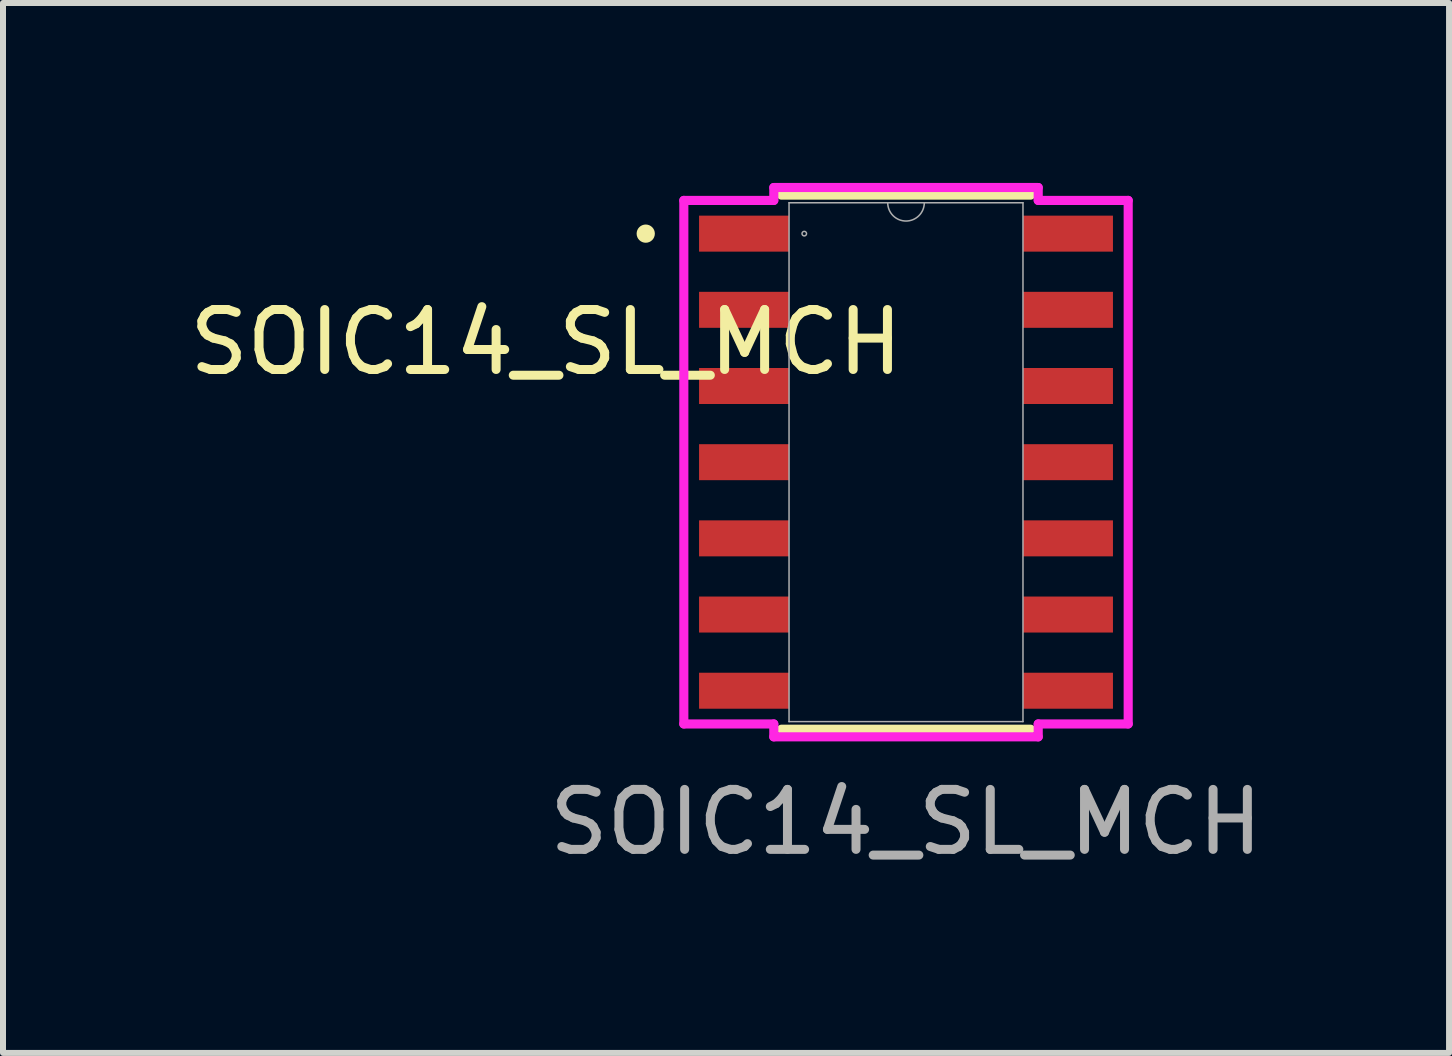
<source format=kicad_pcb>
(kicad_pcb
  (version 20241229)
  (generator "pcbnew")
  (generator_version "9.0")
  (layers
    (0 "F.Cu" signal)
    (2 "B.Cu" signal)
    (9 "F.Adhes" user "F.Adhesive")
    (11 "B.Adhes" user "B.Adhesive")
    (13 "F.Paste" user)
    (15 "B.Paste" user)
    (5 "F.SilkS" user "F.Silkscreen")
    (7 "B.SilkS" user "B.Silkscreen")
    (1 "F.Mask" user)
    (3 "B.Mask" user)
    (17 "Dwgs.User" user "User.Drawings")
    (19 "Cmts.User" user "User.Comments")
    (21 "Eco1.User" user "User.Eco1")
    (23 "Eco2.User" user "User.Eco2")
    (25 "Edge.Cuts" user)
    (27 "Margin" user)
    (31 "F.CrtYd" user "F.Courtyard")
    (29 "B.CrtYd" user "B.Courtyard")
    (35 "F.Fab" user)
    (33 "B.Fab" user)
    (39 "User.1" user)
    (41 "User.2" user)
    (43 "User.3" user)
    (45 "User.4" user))
  (footprint "SOIC14_SL_MCH"
    (layer "F.Cu")
    (at 12.054 4.655)
    (property "Reference" "SOIC14_SL_MCH" (at -6 -2 0) (unlocked yes) (layer "F.SilkS") (effects (font (size 1 1) (thickness 0.15))))
    (attr smd)
    (fp_line (start -2.077 4.452) (end 2.077 4.452) (stroke (width 0.152) (type solid)) (layer "F.SilkS"))
    (fp_line (start 2.077 -4.452) (end -2.077 -4.452) (stroke (width 0.152) (type solid)) (layer "F.SilkS"))
    (fp_circle (center -4.339 -3.81) (end -4.263 -3.81) (stroke (width 0.152) (type solid)) (fill no) (layer "F.SilkS"))
    (fp_line (start -3.704 -4.364) (end -2.204 -4.364) (stroke (width 0.152) (type solid)) (layer "F.CrtYd"))
    (fp_line (start -3.704 4.364) (end -3.704 -4.364) (stroke (width 0.152) (type solid)) (layer "F.CrtYd"))
    (fp_line (start -3.704 4.364) (end -2.204 4.364) (stroke (width 0.152) (type solid)) (layer "F.CrtYd"))
    (fp_line (start -2.204 -4.579) (end 2.204 -4.579) (stroke (width 0.152) (type solid)) (layer "F.CrtYd"))
    (fp_line (start -2.204 -4.364) (end -2.204 -4.579) (stroke (width 0.152) (type solid)) (layer "F.CrtYd"))
    (fp_line (start -2.204 4.579) (end -2.204 4.364) (stroke (width 0.152) (type solid)) (layer "F.CrtYd"))
    (fp_line (start 2.204 -4.579) (end 2.204 -4.364) (stroke (width 0.152) (type solid)) (layer "F.CrtYd"))
    (fp_line (start 2.204 4.364) (end 2.204 4.579) (stroke (width 0.152) (type solid)) (layer "F.CrtYd"))
    (fp_line (start 2.204 4.579) (end -2.204 4.579) (stroke (width 0.152) (type solid)) (layer "F.CrtYd"))
    (fp_line (start 3.704 -4.364) (end 2.204 -4.364) (stroke (width 0.152) (type solid)) (layer "F.CrtYd"))
    (fp_line (start 3.704 -4.364) (end 3.704 4.364) (stroke (width 0.152) (type solid)) (layer "F.CrtYd"))
    (fp_line (start 3.704 4.364) (end 2.204 4.364) (stroke (width 0.152) (type solid)) (layer "F.CrtYd"))
    (fp_line (start -1.95 -4.325) (end -1.95 4.325) (stroke (width 0.025) (type solid)) (layer "F.Fab"))
    (fp_line (start -1.95 4.325) (end 1.95 4.325) (stroke (width 0.025) (type solid)) (layer "F.Fab"))
    (fp_line (start 1.95 -4.325) (end -1.95 -4.325) (stroke (width 0.025) (type solid)) (layer "F.Fab"))
    (fp_line (start 1.95 4.325) (end 1.95 -4.325) (stroke (width 0.025) (type solid)) (layer "F.Fab"))
    (fp_arc (start 0.3048 -4.325) (mid 0 -4.0202) (end -0.3048 -4.325) (stroke (width 0.0254) (type solid)) (layer "F.Fab"))
    (fp_circle (center -1.696 -3.81) (end -1.658 -3.81) (stroke (width 0.025) (type solid)) (fill no) (layer "F.Fab"))
    (fp_text user "${REFERENCE}" (at 0 6 0) (unlocked yes) (layer "F.Fab") (effects (font (size 1 1) (thickness 0.15))))
    (pad "1" smd rect (at -2.7 -3.81) (size 1.5 0.6) (layers "F.Cu" "F.Mask" "F.Paste"))
    (pad "2" smd rect (at -2.7 -2.54) (size 1.5 0.6) (layers "F.Cu" "F.Mask" "F.Paste"))
    (pad "3" smd rect (at -2.7 -1.27) (size 1.5 0.6) (layers "F.Cu" "F.Mask" "F.Paste"))
    (pad "4" smd rect (at -2.7 0) (size 1.5 0.6) (layers "F.Cu" "F.Mask" "F.Paste"))
    (pad "5" smd rect (at -2.7 1.27) (size 1.5 0.6) (layers "F.Cu" "F.Mask" "F.Paste"))
    (pad "6" smd rect (at -2.7 2.54) (size 1.5 0.6) (layers "F.Cu" "F.Mask" "F.Paste"))
    (pad "7" smd rect (at -2.7 3.81) (size 1.5 0.6) (layers "F.Cu" "F.Mask" "F.Paste"))
    (pad "8" smd rect (at 2.7 3.81) (size 1.5 0.6) (layers "F.Cu" "F.Mask" "F.Paste"))
    (pad "9" smd rect (at 2.7 2.54) (size 1.5 0.6) (layers "F.Cu" "F.Mask" "F.Paste"))
    (pad "10" smd rect (at 2.7 1.27) (size 1.5 0.6) (layers "F.Cu" "F.Mask" "F.Paste"))
    (pad "11" smd rect (at 2.7 0) (size 1.5 0.6) (layers "F.Cu" "F.Mask" "F.Paste"))
    (pad "12" smd rect (at 2.7 -1.27) (size 1.5 0.6) (layers "F.Cu" "F.Mask" "F.Paste"))
    (pad "13" smd rect (at 2.7 -2.54) (size 1.5 0.6) (layers "F.Cu" "F.Mask" "F.Paste"))
    (pad "14" smd rect (at 2.7 -3.81) (size 1.5 0.6) (layers "F.Cu" "F.Mask" "F.Paste")))
  (gr_rect
    (start -3 -3)
    (end 21.107 14.503)
    (stroke (width 0.1) (type default))
    (fill no)
    (layer "Edge.Cuts")))
</source>
